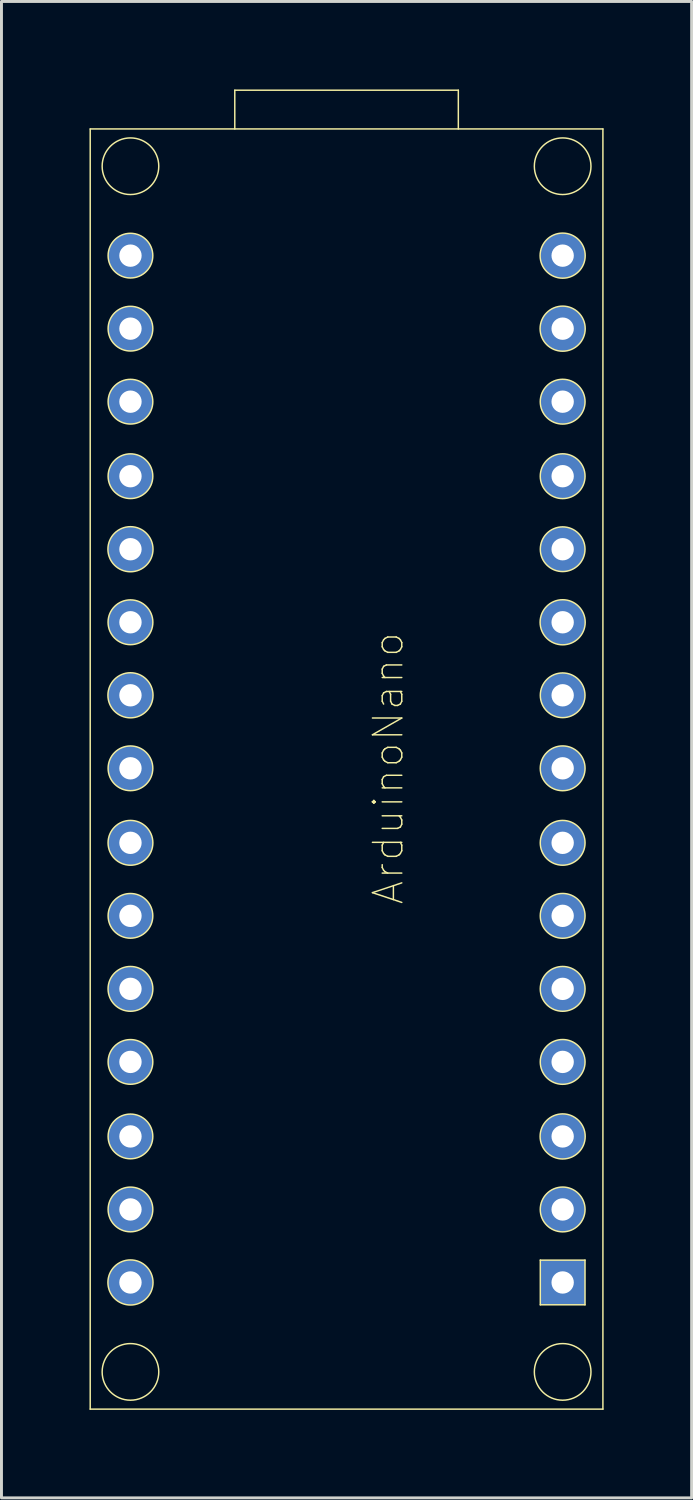
<source format=kicad_pcb>
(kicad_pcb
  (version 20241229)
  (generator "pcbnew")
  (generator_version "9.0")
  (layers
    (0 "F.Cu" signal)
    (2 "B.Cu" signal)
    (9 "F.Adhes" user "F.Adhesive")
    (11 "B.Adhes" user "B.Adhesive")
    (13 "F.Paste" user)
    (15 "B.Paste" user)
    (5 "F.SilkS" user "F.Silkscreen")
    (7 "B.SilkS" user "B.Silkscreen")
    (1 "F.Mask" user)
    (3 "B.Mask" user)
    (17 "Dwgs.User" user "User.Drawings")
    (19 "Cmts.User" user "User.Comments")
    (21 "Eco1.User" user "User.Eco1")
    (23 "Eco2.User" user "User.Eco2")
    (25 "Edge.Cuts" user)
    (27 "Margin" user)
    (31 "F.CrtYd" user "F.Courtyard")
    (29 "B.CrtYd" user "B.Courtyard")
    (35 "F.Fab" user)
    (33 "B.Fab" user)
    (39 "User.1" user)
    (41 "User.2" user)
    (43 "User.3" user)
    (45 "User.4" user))
  (footprint "ArduinoNano"
    (layer "F.Cu")
    (at 8.763 23.139)
    (property "Reference" "ArduinoNano" (at 1.422 0 90) (layer "F.SilkS") (effects (font (size 1 1) (thickness 0.05))))
    (attr through_hole)
    (fp_line (start -8.738 -21.793) (end 8.738 -21.793) (stroke (width 0.05) (type solid)) (layer "F.SilkS"))
    (fp_line (start -8.738 21.844) (end -8.738 -21.793) (stroke (width 0.05) (type solid)) (layer "F.SilkS"))
    (fp_line (start -8.738 21.844) (end 8.738 21.844) (stroke (width 0.05) (type solid)) (layer "F.SilkS"))
    (fp_line (start -3.81 -23.114) (end 3.81 -23.114) (stroke (width 0.05) (type solid)) (layer "F.SilkS"))
    (fp_line (start -3.81 -21.793) (end -3.81 -23.114) (stroke (width 0.05) (type solid)) (layer "F.SilkS"))
    (fp_line (start 3.81 -21.793) (end 3.81 -23.114) (stroke (width 0.05) (type solid)) (layer "F.SilkS"))
    (fp_line (start 6.604 16.764) (end 8.128 16.764) (stroke (width 0.05) (type solid)) (layer "F.SilkS"))
    (fp_line (start 6.604 18.288) (end 6.604 16.764) (stroke (width 0.05) (type solid)) (layer "F.SilkS"))
    (fp_line (start 8.128 16.764) (end 8.128 18.288) (stroke (width 0.05) (type solid)) (layer "F.SilkS"))
    (fp_line (start 8.128 18.288) (end 6.604 18.288) (stroke (width 0.05) (type solid)) (layer "F.SilkS"))
    (fp_line (start 8.738 21.844) (end 8.738 -21.793) (stroke (width 0.05) (type solid)) (layer "F.SilkS"))
    (fp_circle (center -7.366 -20.523) (end -7.366 -21.488) (stroke (width 0.05) (type solid)) (fill no) (layer "F.SilkS"))
    (fp_circle (center -7.366 -17.475) (end -8.128 -17.475) (stroke (width 0.05) (type solid)) (fill no) (layer "F.SilkS"))
    (fp_circle (center -7.366 -14.986) (end -8.128 -14.986) (stroke (width 0.05) (type solid)) (fill no) (layer "F.SilkS"))
    (fp_circle (center -7.366 -12.497) (end -8.128 -12.497) (stroke (width 0.05) (type solid)) (fill no) (layer "F.SilkS"))
    (fp_circle (center -7.366 -9.957) (end -8.128 -9.957) (stroke (width 0.05) (type solid)) (fill no) (layer "F.SilkS"))
    (fp_circle (center -7.366 -7.468) (end -8.128 -7.569) (stroke (width 0.05) (type solid)) (fill no) (layer "F.SilkS"))
    (fp_circle (center -7.366 -4.978) (end -8.128 -4.928) (stroke (width 0.05) (type solid)) (fill no) (layer "F.SilkS"))
    (fp_circle (center -7.366 -2.489) (end -8.128 -2.388) (stroke (width 0.05) (type solid)) (fill no) (layer "F.SilkS"))
    (fp_circle (center -7.366 0) (end -8.128 0) (stroke (width 0.05) (type solid)) (fill no) (layer "F.SilkS"))
    (fp_circle (center -7.366 2.54) (end -8.128 2.591) (stroke (width 0.05) (type solid)) (fill no) (layer "F.SilkS"))
    (fp_circle (center -7.366 5.029) (end -8.128 5.029) (stroke (width 0.05) (type solid)) (fill no) (layer "F.SilkS"))
    (fp_circle (center -7.366 7.518) (end -8.128 7.569) (stroke (width 0.05) (type solid)) (fill no) (layer "F.SilkS"))
    (fp_circle (center -7.366 10.008) (end -8.128 10.008) (stroke (width 0.05) (type solid)) (fill no) (layer "F.SilkS"))
    (fp_circle (center -7.366 12.548) (end -8.128 12.548) (stroke (width 0.05) (type solid)) (fill no) (layer "F.SilkS"))
    (fp_circle (center -7.366 15.037) (end -8.128 15.037) (stroke (width 0.05) (type solid)) (fill no) (layer "F.SilkS"))
    (fp_circle (center -7.366 17.526) (end -8.128 17.424) (stroke (width 0.05) (type solid)) (fill no) (layer "F.SilkS"))
    (fp_circle (center -7.366 20.574) (end -7.366 21.539) (stroke (width 0.05) (type solid)) (fill no) (layer "F.SilkS"))
    (fp_circle (center 7.366 -20.523) (end 7.366 -21.488) (stroke (width 0.05) (type solid)) (fill no) (layer "F.SilkS"))
    (fp_circle (center 7.366 -17.475) (end 8.128 -17.374) (stroke (width 0.05) (type solid)) (fill no) (layer "F.SilkS"))
    (fp_circle (center 7.366 -14.986) (end 8.128 -14.884) (stroke (width 0.05) (type solid)) (fill no) (layer "F.SilkS"))
    (fp_circle (center 7.366 -12.497) (end 8.128 -12.446) (stroke (width 0.05) (type solid)) (fill no) (layer "F.SilkS"))
    (fp_circle (center 7.366 -9.957) (end 8.128 -9.906) (stroke (width 0.05) (type solid)) (fill no) (layer "F.SilkS"))
    (fp_circle (center 7.366 -7.468) (end 8.128 -7.468) (stroke (width 0.05) (type solid)) (fill no) (layer "F.SilkS"))
    (fp_circle (center 7.366 -4.978) (end 8.128 -4.877) (stroke (width 0.05) (type solid)) (fill no) (layer "F.SilkS"))
    (fp_circle (center 7.366 -2.489) (end 8.128 -2.489) (stroke (width 0.05) (type solid)) (fill no) (layer "F.SilkS"))
    (fp_circle (center 7.366 0) (end 8.128 -0.051) (stroke (width 0.05) (type solid)) (fill no) (layer "F.SilkS"))
    (fp_circle (center 7.366 2.54) (end 8.128 2.489) (stroke (width 0.05) (type solid)) (fill no) (layer "F.SilkS"))
    (fp_circle (center 7.366 5.029) (end 8.128 5.08) (stroke (width 0.05) (type solid)) (fill no) (layer "F.SilkS"))
    (fp_circle (center 7.366 7.518) (end 8.128 7.569) (stroke (width 0.05) (type solid)) (fill no) (layer "F.SilkS"))
    (fp_circle (center 7.366 10.008) (end 8.128 10.058) (stroke (width 0.05) (type solid)) (fill no) (layer "F.SilkS"))
    (fp_circle (center 7.366 12.548) (end 8.128 12.649) (stroke (width 0.05) (type solid)) (fill no) (layer "F.SilkS"))
    (fp_circle (center 7.366 15.037) (end 8.128 15.088) (stroke (width 0.05) (type solid)) (fill no) (layer "F.SilkS"))
    (fp_circle (center 7.366 20.574) (end 7.366 21.539) (stroke (width 0.05) (type solid)) (fill no) (layer "F.SilkS"))
    (pad "3V3" thru_hole circle (at -7.366 -14.986) (size 1.524 1.524) (drill 0.762) (layers "*.Cu" "*.Mask"))
    (pad "5V" thru_hole circle (at -7.366 10.008) (size 1.524 1.524) (drill 0.762) (layers "*.Cu" "*.Mask"))
    (pad "A0" thru_hole circle (at -7.366 -9.957) (size 1.524 1.524) (drill 0.762) (layers "*.Cu" "*.Mask"))
    (pad "A1" thru_hole circle (at -7.366 -7.468) (size 1.524 1.524) (drill 0.762) (layers "*.Cu" "*.Mask"))
    (pad "A2" thru_hole circle (at -7.366 -4.978) (size 1.524 1.524) (drill 0.762) (layers "*.Cu" "*.Mask"))
    (pad "A3" thru_hole circle (at -7.366 -2.489) (size 1.524 1.524) (drill 0.762) (layers "*.Cu" "*.Mask"))
    (pad "A4" thru_hole circle (at -7.366 0) (size 1.524 1.524) (drill 0.762) (layers "*.Cu" "*.Mask"))
    (pad "A5" thru_hole circle (at -7.366 2.54) (size 1.524 1.524) (drill 0.762) (layers "*.Cu" "*.Mask"))
    (pad "A6" thru_hole circle (at -7.366 5.029) (size 1.524 1.524) (drill 0.762) (layers "*.Cu" "*.Mask"))
    (pad "A7" thru_hole circle (at -7.366 7.518) (size 1.524 1.524) (drill 0.762) (layers "*.Cu" "*.Mask"))
    (pad "AREF" thru_hole circle (at -7.366 -12.497) (size 1.524 1.524) (drill 0.762) (layers "*.Cu" "*.Mask"))
    (pad "D2" thru_hole circle (at 7.366 7.518) (size 1.524 1.524) (drill 0.762) (layers "*.Cu" "*.Mask"))
    (pad "D3" thru_hole circle (at 7.366 5.029) (size 1.524 1.524) (drill 0.762) (layers "*.Cu" "*.Mask"))
    (pad "D4" thru_hole circle (at 7.366 2.54) (size 1.524 1.524) (drill 0.762) (layers "*.Cu" "*.Mask"))
    (pad "D5" thru_hole circle (at 7.366 0) (size 1.524 1.524) (drill 0.762) (layers "*.Cu" "*.Mask"))
    (pad "D6" thru_hole circle (at 7.366 -2.489) (size 1.524 1.524) (drill 0.762) (layers "*.Cu" "*.Mask"))
    (pad "D7" thru_hole circle (at 7.366 -4.978) (size 1.524 1.524) (drill 0.762) (layers "*.Cu" "*.Mask"))
    (pad "D8" thru_hole circle (at 7.366 -7.468) (size 1.524 1.524) (drill 0.762) (layers "*.Cu" "*.Mask"))
    (pad "D9" thru_hole circle (at 7.366 -9.957) (size 1.524 1.524) (drill 0.762) (layers "*.Cu" "*.Mask"))
    (pad "D10" thru_hole circle (at 7.366 -12.497) (size 1.524 1.524) (drill 0.762) (layers "*.Cu" "*.Mask"))
    (pad "D11" thru_hole circle (at 7.366 -14.986) (size 1.524 1.524) (drill 0.762) (layers "*.Cu" "*.Mask"))
    (pad "D12" thru_hole circle (at 7.366 -17.475) (size 1.524 1.524) (drill 0.762) (layers "*.Cu" "*.Mask"))
    (pad "D13" thru_hole circle (at -7.366 -17.475) (size 1.524 1.524) (drill 0.762) (layers "*.Cu" "*.Mask"))
    (pad "GND" thru_hole circle (at -7.366 15.037) (size 1.524 1.524) (drill 0.762) (layers "*.Cu" "*.Mask"))
    (pad "GND" thru_hole circle (at 7.366 10.008) (size 1.524 1.524) (drill 0.762) (layers "*.Cu" "*.Mask"))
    (pad "RST" thru_hole circle (at -7.366 12.548) (size 1.524 1.524) (drill 0.762) (layers "*.Cu" "*.Mask"))
    (pad "RST" thru_hole circle (at 7.366 12.548) (size 1.524 1.524) (drill 0.762) (layers "*.Cu" "*.Mask"))
    (pad "RX0" thru_hole circle (at 7.366 15.037) (size 1.524 1.524) (drill 0.762) (layers "*.Cu" "*.Mask"))
    (pad "TX1" thru_hole rect (at 7.366 17.526) (size 1.524 1.524) (drill 0.762) (layers "*.Cu" "*.Mask"))
    (pad "VIN" thru_hole circle (at -7.366 17.526) (size 1.524 1.524) (drill 0.762) (layers "*.Cu" "*.Mask")))
  (gr_rect
    (start -3 -3)
    (end 20.525 48.008)
    (stroke (width 0.1) (type default))
    (fill no)
    (layer "Edge.Cuts")))
</source>
